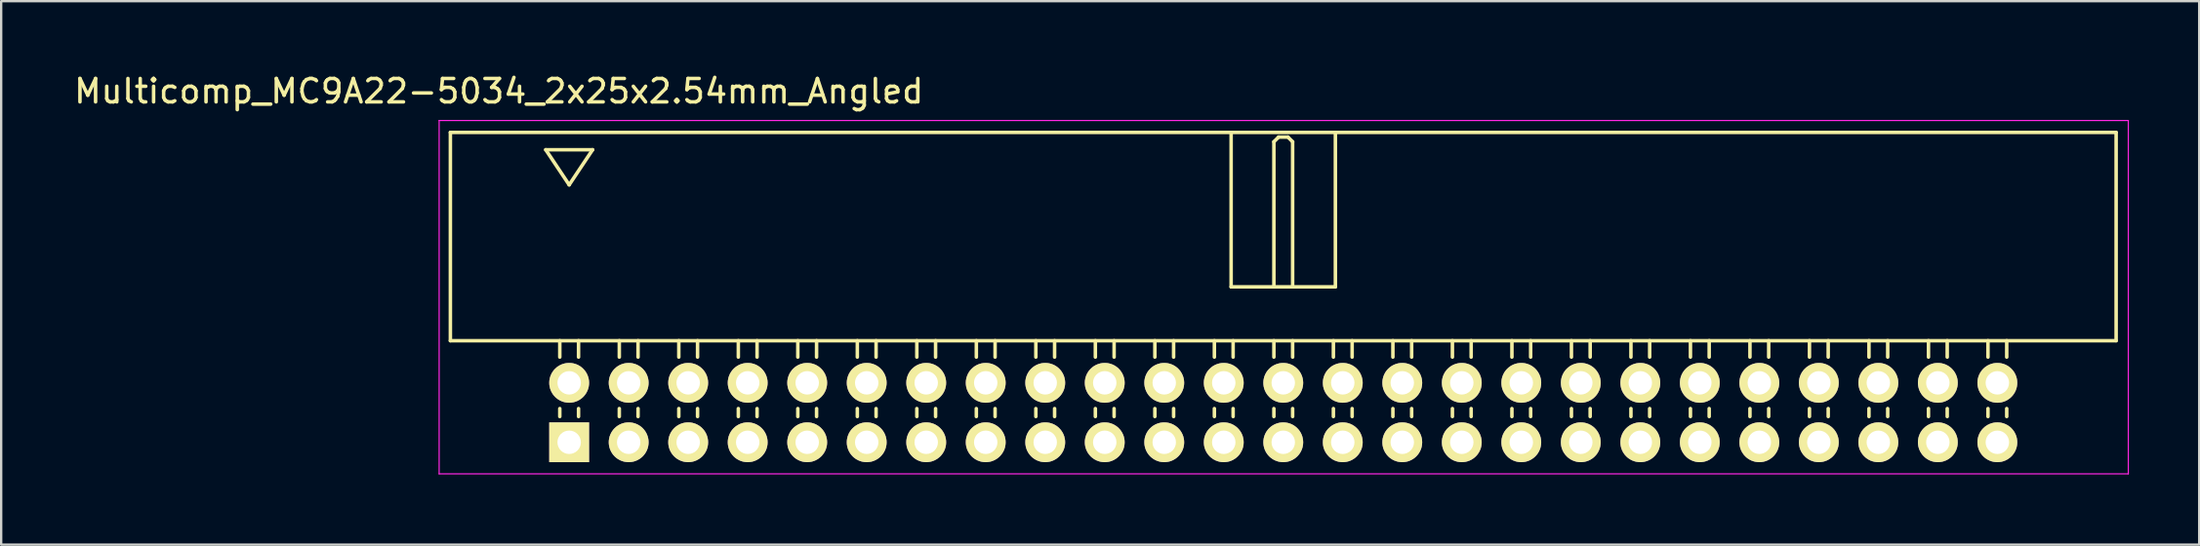
<source format=kicad_pcb>
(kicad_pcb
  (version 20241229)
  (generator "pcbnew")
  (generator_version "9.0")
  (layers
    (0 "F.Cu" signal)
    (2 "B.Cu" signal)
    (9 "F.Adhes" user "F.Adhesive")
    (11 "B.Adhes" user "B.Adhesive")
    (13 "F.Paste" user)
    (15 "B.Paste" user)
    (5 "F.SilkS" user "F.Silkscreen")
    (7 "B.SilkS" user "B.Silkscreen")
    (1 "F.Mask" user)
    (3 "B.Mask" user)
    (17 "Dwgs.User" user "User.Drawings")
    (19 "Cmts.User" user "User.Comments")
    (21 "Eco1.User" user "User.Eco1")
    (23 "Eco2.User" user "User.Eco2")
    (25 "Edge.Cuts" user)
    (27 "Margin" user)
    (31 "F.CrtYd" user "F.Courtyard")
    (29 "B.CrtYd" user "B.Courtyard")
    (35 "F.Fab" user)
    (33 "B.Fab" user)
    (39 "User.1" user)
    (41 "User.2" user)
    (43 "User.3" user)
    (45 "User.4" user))
  (footprint "Multicomp_MC9A22-5034_2x25x2.54mm_Angled"
    (layer "F.Cu")
    (at 21.244 15.848)
    (property "Reference" "Multicomp_MC9A22-5034_2x25x2.54mm_Angled" (at -3 -15 0) (layer "F.SilkS") (effects (font (size 1 1) (thickness 0.15))))
    (attr through_hole)
    (fp_line (start -5.07 -13.24) (end 66.03 -13.24) (stroke (width 0.15) (type solid)) (layer "F.SilkS"))
    (fp_line (start -5.07 -4.34) (end -5.07 -13.24) (stroke (width 0.15) (type solid)) (layer "F.SilkS"))
    (fp_line (start -1 -12.5) (end 1 -12.5) (stroke (width 0.15) (type solid)) (layer "F.SilkS"))
    (fp_line (start -0.4 -3.64) (end -0.4 -4.34) (stroke (width 0.15) (type solid)) (layer "F.SilkS"))
    (fp_line (start -0.4 -1.1) (end -0.4 -1.44) (stroke (width 0.15) (type solid)) (layer "F.SilkS"))
    (fp_line (start 0 -11) (end -1 -12.5) (stroke (width 0.15) (type solid)) (layer "F.SilkS"))
    (fp_line (start 0.4 -3.64) (end 0.4 -4.34) (stroke (width 0.15) (type solid)) (layer "F.SilkS"))
    (fp_line (start 0.4 -1.1) (end 0.4 -1.44) (stroke (width 0.15) (type solid)) (layer "F.SilkS"))
    (fp_line (start 1 -12.5) (end 0 -11) (stroke (width 0.15) (type solid)) (layer "F.SilkS"))
    (fp_line (start 2.14 -3.64) (end 2.14 -4.34) (stroke (width 0.15) (type solid)) (layer "F.SilkS"))
    (fp_line (start 2.14 -1.1) (end 2.14 -1.44) (stroke (width 0.15) (type solid)) (layer "F.SilkS"))
    (fp_line (start 2.94 -3.64) (end 2.94 -4.34) (stroke (width 0.15) (type solid)) (layer "F.SilkS"))
    (fp_line (start 2.94 -1.1) (end 2.94 -1.44) (stroke (width 0.15) (type solid)) (layer "F.SilkS"))
    (fp_line (start 4.68 -3.64) (end 4.68 -4.34) (stroke (width 0.15) (type solid)) (layer "F.SilkS"))
    (fp_line (start 4.68 -1.1) (end 4.68 -1.44) (stroke (width 0.15) (type solid)) (layer "F.SilkS"))
    (fp_line (start 5.48 -3.64) (end 5.48 -4.34) (stroke (width 0.15) (type solid)) (layer "F.SilkS"))
    (fp_line (start 5.48 -1.1) (end 5.48 -1.44) (stroke (width 0.15) (type solid)) (layer "F.SilkS"))
    (fp_line (start 7.22 -3.64) (end 7.22 -4.34) (stroke (width 0.15) (type solid)) (layer "F.SilkS"))
    (fp_line (start 7.22 -1.1) (end 7.22 -1.44) (stroke (width 0.15) (type solid)) (layer "F.SilkS"))
    (fp_line (start 8.02 -3.64) (end 8.02 -4.34) (stroke (width 0.15) (type solid)) (layer "F.SilkS"))
    (fp_line (start 8.02 -1.1) (end 8.02 -1.44) (stroke (width 0.15) (type solid)) (layer "F.SilkS"))
    (fp_line (start 9.76 -3.64) (end 9.76 -4.34) (stroke (width 0.15) (type solid)) (layer "F.SilkS"))
    (fp_line (start 9.76 -1.1) (end 9.76 -1.44) (stroke (width 0.15) (type solid)) (layer "F.SilkS"))
    (fp_line (start 10.56 -3.64) (end 10.56 -4.34) (stroke (width 0.15) (type solid)) (layer "F.SilkS"))
    (fp_line (start 10.56 -1.1) (end 10.56 -1.44) (stroke (width 0.15) (type solid)) (layer "F.SilkS"))
    (fp_line (start 12.3 -3.64) (end 12.3 -4.34) (stroke (width 0.15) (type solid)) (layer "F.SilkS"))
    (fp_line (start 12.3 -1.1) (end 12.3 -1.44) (stroke (width 0.15) (type solid)) (layer "F.SilkS"))
    (fp_line (start 13.1 -3.64) (end 13.1 -4.34) (stroke (width 0.15) (type solid)) (layer "F.SilkS"))
    (fp_line (start 13.1 -1.1) (end 13.1 -1.44) (stroke (width 0.15) (type solid)) (layer "F.SilkS"))
    (fp_line (start 14.84 -3.64) (end 14.84 -4.34) (stroke (width 0.15) (type solid)) (layer "F.SilkS"))
    (fp_line (start 14.84 -1.1) (end 14.84 -1.44) (stroke (width 0.15) (type solid)) (layer "F.SilkS"))
    (fp_line (start 15.64 -3.64) (end 15.64 -4.34) (stroke (width 0.15) (type solid)) (layer "F.SilkS"))
    (fp_line (start 15.64 -1.1) (end 15.64 -1.44) (stroke (width 0.15) (type solid)) (layer "F.SilkS"))
    (fp_line (start 17.38 -3.64) (end 17.38 -4.34) (stroke (width 0.15) (type solid)) (layer "F.SilkS"))
    (fp_line (start 17.38 -1.1) (end 17.38 -1.44) (stroke (width 0.15) (type solid)) (layer "F.SilkS"))
    (fp_line (start 18.18 -3.64) (end 18.18 -4.34) (stroke (width 0.15) (type solid)) (layer "F.SilkS"))
    (fp_line (start 18.18 -1.1) (end 18.18 -1.44) (stroke (width 0.15) (type solid)) (layer "F.SilkS"))
    (fp_line (start 19.92 -3.64) (end 19.92 -4.34) (stroke (width 0.15) (type solid)) (layer "F.SilkS"))
    (fp_line (start 19.92 -1.1) (end 19.92 -1.44) (stroke (width 0.15) (type solid)) (layer "F.SilkS"))
    (fp_line (start 20.72 -3.64) (end 20.72 -4.34) (stroke (width 0.15) (type solid)) (layer "F.SilkS"))
    (fp_line (start 20.72 -1.1) (end 20.72 -1.44) (stroke (width 0.15) (type solid)) (layer "F.SilkS"))
    (fp_line (start 22.46 -3.64) (end 22.46 -4.34) (stroke (width 0.15) (type solid)) (layer "F.SilkS"))
    (fp_line (start 22.46 -1.1) (end 22.46 -1.44) (stroke (width 0.15) (type solid)) (layer "F.SilkS"))
    (fp_line (start 23.26 -3.64) (end 23.26 -4.34) (stroke (width 0.15) (type solid)) (layer "F.SilkS"))
    (fp_line (start 23.26 -1.1) (end 23.26 -1.44) (stroke (width 0.15) (type solid)) (layer "F.SilkS"))
    (fp_line (start 25 -3.64) (end 25 -4.34) (stroke (width 0.15) (type solid)) (layer "F.SilkS"))
    (fp_line (start 25 -1.1) (end 25 -1.44) (stroke (width 0.15) (type solid)) (layer "F.SilkS"))
    (fp_line (start 25.8 -3.64) (end 25.8 -4.34) (stroke (width 0.15) (type solid)) (layer "F.SilkS"))
    (fp_line (start 25.8 -1.1) (end 25.8 -1.44) (stroke (width 0.15) (type solid)) (layer "F.SilkS"))
    (fp_line (start 27.54 -3.64) (end 27.54 -4.34) (stroke (width 0.15) (type solid)) (layer "F.SilkS"))
    (fp_line (start 27.54 -1.1) (end 27.54 -1.44) (stroke (width 0.15) (type solid)) (layer "F.SilkS"))
    (fp_line (start 28.255 -13.24) (end 28.255 -6.64) (stroke (width 0.15) (type solid)) (layer "F.SilkS"))
    (fp_line (start 28.255 -6.64) (end 32.705 -6.64) (stroke (width 0.15) (type solid)) (layer "F.SilkS"))
    (fp_line (start 28.34 -3.64) (end 28.34 -4.34) (stroke (width 0.15) (type solid)) (layer "F.SilkS"))
    (fp_line (start 28.34 -1.1) (end 28.34 -1.44) (stroke (width 0.15) (type solid)) (layer "F.SilkS"))
    (fp_line (start 30.08 -12.84) (end 30.28 -13.04) (stroke (width 0.15) (type solid)) (layer "F.SilkS"))
    (fp_line (start 30.08 -6.64) (end 30.08 -12.84) (stroke (width 0.15) (type solid)) (layer "F.SilkS"))
    (fp_line (start 30.08 -3.64) (end 30.08 -4.34) (stroke (width 0.15) (type solid)) (layer "F.SilkS"))
    (fp_line (start 30.08 -1.1) (end 30.08 -1.44) (stroke (width 0.15) (type solid)) (layer "F.SilkS"))
    (fp_line (start 30.28 -13.04) (end 30.68 -13.04) (stroke (width 0.15) (type solid)) (layer "F.SilkS"))
    (fp_line (start 30.68 -13.04) (end 30.88 -12.84) (stroke (width 0.15) (type solid)) (layer "F.SilkS"))
    (fp_line (start 30.88 -12.84) (end 30.88 -6.64) (stroke (width 0.15) (type solid)) (layer "F.SilkS"))
    (fp_line (start 30.88 -3.64) (end 30.88 -4.34) (stroke (width 0.15) (type solid)) (layer "F.SilkS"))
    (fp_line (start 30.88 -1.1) (end 30.88 -1.44) (stroke (width 0.15) (type solid)) (layer "F.SilkS"))
    (fp_line (start 32.62 -3.64) (end 32.62 -4.34) (stroke (width 0.15) (type solid)) (layer "F.SilkS"))
    (fp_line (start 32.62 -1.1) (end 32.62 -1.44) (stroke (width 0.15) (type solid)) (layer "F.SilkS"))
    (fp_line (start 32.705 -6.64) (end 32.705 -13.24) (stroke (width 0.15) (type solid)) (layer "F.SilkS"))
    (fp_line (start 33.42 -3.64) (end 33.42 -4.34) (stroke (width 0.15) (type solid)) (layer "F.SilkS"))
    (fp_line (start 33.42 -1.1) (end 33.42 -1.44) (stroke (width 0.15) (type solid)) (layer "F.SilkS"))
    (fp_line (start 35.16 -3.64) (end 35.16 -4.34) (stroke (width 0.15) (type solid)) (layer "F.SilkS"))
    (fp_line (start 35.16 -1.1) (end 35.16 -1.44) (stroke (width 0.15) (type solid)) (layer "F.SilkS"))
    (fp_line (start 35.96 -3.64) (end 35.96 -4.34) (stroke (width 0.15) (type solid)) (layer "F.SilkS"))
    (fp_line (start 35.96 -1.1) (end 35.96 -1.44) (stroke (width 0.15) (type solid)) (layer "F.SilkS"))
    (fp_line (start 37.7 -3.64) (end 37.7 -4.34) (stroke (width 0.15) (type solid)) (layer "F.SilkS"))
    (fp_line (start 37.7 -1.1) (end 37.7 -1.44) (stroke (width 0.15) (type solid)) (layer "F.SilkS"))
    (fp_line (start 38.5 -3.64) (end 38.5 -4.34) (stroke (width 0.15) (type solid)) (layer "F.SilkS"))
    (fp_line (start 38.5 -1.1) (end 38.5 -1.44) (stroke (width 0.15) (type solid)) (layer "F.SilkS"))
    (fp_line (start 40.24 -3.64) (end 40.24 -4.34) (stroke (width 0.15) (type solid)) (layer "F.SilkS"))
    (fp_line (start 40.24 -1.1) (end 40.24 -1.44) (stroke (width 0.15) (type solid)) (layer "F.SilkS"))
    (fp_line (start 41.04 -3.64) (end 41.04 -4.34) (stroke (width 0.15) (type solid)) (layer "F.SilkS"))
    (fp_line (start 41.04 -1.1) (end 41.04 -1.44) (stroke (width 0.15) (type solid)) (layer "F.SilkS"))
    (fp_line (start 42.78 -3.64) (end 42.78 -4.34) (stroke (width 0.15) (type solid)) (layer "F.SilkS"))
    (fp_line (start 42.78 -1.1) (end 42.78 -1.44) (stroke (width 0.15) (type solid)) (layer "F.SilkS"))
    (fp_line (start 43.58 -3.64) (end 43.58 -4.34) (stroke (width 0.15) (type solid)) (layer "F.SilkS"))
    (fp_line (start 43.58 -1.1) (end 43.58 -1.44) (stroke (width 0.15) (type solid)) (layer "F.SilkS"))
    (fp_line (start 45.32 -3.64) (end 45.32 -4.34) (stroke (width 0.15) (type solid)) (layer "F.SilkS"))
    (fp_line (start 45.32 -1.1) (end 45.32 -1.44) (stroke (width 0.15) (type solid)) (layer "F.SilkS"))
    (fp_line (start 46.12 -3.64) (end 46.12 -4.34) (stroke (width 0.15) (type solid)) (layer "F.SilkS"))
    (fp_line (start 46.12 -1.1) (end 46.12 -1.44) (stroke (width 0.15) (type solid)) (layer "F.SilkS"))
    (fp_line (start 47.86 -3.64) (end 47.86 -4.34) (stroke (width 0.15) (type solid)) (layer "F.SilkS"))
    (fp_line (start 47.86 -1.1) (end 47.86 -1.44) (stroke (width 0.15) (type solid)) (layer "F.SilkS"))
    (fp_line (start 48.66 -3.64) (end 48.66 -4.34) (stroke (width 0.15) (type solid)) (layer "F.SilkS"))
    (fp_line (start 48.66 -1.1) (end 48.66 -1.44) (stroke (width 0.15) (type solid)) (layer "F.SilkS"))
    (fp_line (start 50.4 -3.64) (end 50.4 -4.34) (stroke (width 0.15) (type solid)) (layer "F.SilkS"))
    (fp_line (start 50.4 -1.1) (end 50.4 -1.44) (stroke (width 0.15) (type solid)) (layer "F.SilkS"))
    (fp_line (start 51.2 -3.64) (end 51.2 -4.34) (stroke (width 0.15) (type solid)) (layer "F.SilkS"))
    (fp_line (start 51.2 -1.1) (end 51.2 -1.44) (stroke (width 0.15) (type solid)) (layer "F.SilkS"))
    (fp_line (start 52.94 -3.64) (end 52.94 -4.34) (stroke (width 0.15) (type solid)) (layer "F.SilkS"))
    (fp_line (start 52.94 -1.1) (end 52.94 -1.44) (stroke (width 0.15) (type solid)) (layer "F.SilkS"))
    (fp_line (start 53.74 -3.64) (end 53.74 -4.34) (stroke (width 0.15) (type solid)) (layer "F.SilkS"))
    (fp_line (start 53.74 -1.1) (end 53.74 -1.44) (stroke (width 0.15) (type solid)) (layer "F.SilkS"))
    (fp_line (start 55.48 -3.64) (end 55.48 -4.34) (stroke (width 0.15) (type solid)) (layer "F.SilkS"))
    (fp_line (start 55.48 -1.1) (end 55.48 -1.44) (stroke (width 0.15) (type solid)) (layer "F.SilkS"))
    (fp_line (start 56.28 -3.64) (end 56.28 -4.34) (stroke (width 0.15) (type solid)) (layer "F.SilkS"))
    (fp_line (start 56.28 -1.1) (end 56.28 -1.44) (stroke (width 0.15) (type solid)) (layer "F.SilkS"))
    (fp_line (start 58.02 -3.64) (end 58.02 -4.34) (stroke (width 0.15) (type solid)) (layer "F.SilkS"))
    (fp_line (start 58.02 -1.1) (end 58.02 -1.44) (stroke (width 0.15) (type solid)) (layer "F.SilkS"))
    (fp_line (start 58.82 -3.64) (end 58.82 -4.34) (stroke (width 0.15) (type solid)) (layer "F.SilkS"))
    (fp_line (start 58.82 -1.1) (end 58.82 -1.44) (stroke (width 0.15) (type solid)) (layer "F.SilkS"))
    (fp_line (start 60.56 -3.64) (end 60.56 -4.34) (stroke (width 0.15) (type solid)) (layer "F.SilkS"))
    (fp_line (start 60.56 -1.1) (end 60.56 -1.44) (stroke (width 0.15) (type solid)) (layer "F.SilkS"))
    (fp_line (start 61.36 -3.64) (end 61.36 -4.34) (stroke (width 0.15) (type solid)) (layer "F.SilkS"))
    (fp_line (start 61.36 -1.1) (end 61.36 -1.44) (stroke (width 0.15) (type solid)) (layer "F.SilkS"))
    (fp_line (start 66.03 -13.24) (end 66.03 -4.34) (stroke (width 0.15) (type solid)) (layer "F.SilkS"))
    (fp_line (start 66.03 -4.34) (end -5.07 -4.34) (stroke (width 0.15) (type solid)) (layer "F.SilkS"))
    (fp_line (start -5.55 -13.75) (end 66.55 -13.75) (stroke (width 0.05) (type solid)) (layer "F.CrtYd"))
    (fp_line (start -5.55 1.35) (end -5.55 -13.75) (stroke (width 0.05) (type solid)) (layer "F.CrtYd"))
    (fp_line (start 66.55 -13.75) (end 66.55 1.35) (stroke (width 0.05) (type solid)) (layer "F.CrtYd"))
    (fp_line (start 66.55 1.35) (end -5.55 1.35) (stroke (width 0.05) (type solid)) (layer "F.CrtYd"))
    (pad "1" thru_hole rect (at 0 0) (size 1.7 1.7) (drill 1) (layers "*.Cu" "*.Mask" "F.SilkS"))
    (pad "2" thru_hole circle (at 0 -2.54) (size 1.7 1.7) (drill 1) (layers "*.Cu" "*.Mask" "F.SilkS"))
    (pad "3" thru_hole circle (at 2.54 0) (size 1.7 1.7) (drill 1) (layers "*.Cu" "*.Mask" "F.SilkS"))
    (pad "4" thru_hole circle (at 2.54 -2.54) (size 1.7 1.7) (drill 1) (layers "*.Cu" "*.Mask" "F.SilkS"))
    (pad "5" thru_hole circle (at 5.08 0) (size 1.7 1.7) (drill 1) (layers "*.Cu" "*.Mask" "F.SilkS"))
    (pad "6" thru_hole circle (at 5.08 -2.54) (size 1.7 1.7) (drill 1) (layers "*.Cu" "*.Mask" "F.SilkS"))
    (pad "7" thru_hole circle (at 7.62 0) (size 1.7 1.7) (drill 1) (layers "*.Cu" "*.Mask" "F.SilkS"))
    (pad "8" thru_hole circle (at 7.62 -2.54) (size 1.7 1.7) (drill 1) (layers "*.Cu" "*.Mask" "F.SilkS"))
    (pad "9" thru_hole circle (at 10.16 0) (size 1.7 1.7) (drill 1) (layers "*.Cu" "*.Mask" "F.SilkS"))
    (pad "10" thru_hole circle (at 10.16 -2.54) (size 1.7 1.7) (drill 1) (layers "*.Cu" "*.Mask" "F.SilkS"))
    (pad "11" thru_hole circle (at 12.7 0) (size 1.7 1.7) (drill 1) (layers "*.Cu" "*.Mask" "F.SilkS"))
    (pad "12" thru_hole circle (at 12.7 -2.54) (size 1.7 1.7) (drill 1) (layers "*.Cu" "*.Mask" "F.SilkS"))
    (pad "13" thru_hole circle (at 15.24 0) (size 1.7 1.7) (drill 1) (layers "*.Cu" "*.Mask" "F.SilkS"))
    (pad "14" thru_hole circle (at 15.24 -2.54) (size 1.7 1.7) (drill 1) (layers "*.Cu" "*.Mask" "F.SilkS"))
    (pad "15" thru_hole circle (at 17.78 0) (size 1.7 1.7) (drill 1) (layers "*.Cu" "*.Mask" "F.SilkS"))
    (pad "16" thru_hole circle (at 17.78 -2.54) (size 1.7 1.7) (drill 1) (layers "*.Cu" "*.Mask" "F.SilkS"))
    (pad "17" thru_hole circle (at 20.32 0) (size 1.7 1.7) (drill 1) (layers "*.Cu" "*.Mask" "F.SilkS"))
    (pad "18" thru_hole circle (at 20.32 -2.54) (size 1.7 1.7) (drill 1) (layers "*.Cu" "*.Mask" "F.SilkS"))
    (pad "19" thru_hole circle (at 22.86 0) (size 1.7 1.7) (drill 1) (layers "*.Cu" "*.Mask" "F.SilkS"))
    (pad "20" thru_hole circle (at 22.86 -2.54) (size 1.7 1.7) (drill 1) (layers "*.Cu" "*.Mask" "F.SilkS"))
    (pad "21" thru_hole circle (at 25.4 0) (size 1.7 1.7) (drill 1) (layers "*.Cu" "*.Mask" "F.SilkS"))
    (pad "22" thru_hole circle (at 25.4 -2.54) (size 1.7 1.7) (drill 1) (layers "*.Cu" "*.Mask" "F.SilkS"))
    (pad "23" thru_hole circle (at 27.94 0) (size 1.7 1.7) (drill 1) (layers "*.Cu" "*.Mask" "F.SilkS"))
    (pad "24" thru_hole circle (at 27.94 -2.54) (size 1.7 1.7) (drill 1) (layers "*.Cu" "*.Mask" "F.SilkS"))
    (pad "25" thru_hole circle (at 30.48 0) (size 1.7 1.7) (drill 1) (layers "*.Cu" "*.Mask" "F.SilkS"))
    (pad "26" thru_hole circle (at 30.48 -2.54) (size 1.7 1.7) (drill 1) (layers "*.Cu" "*.Mask" "F.SilkS"))
    (pad "27" thru_hole circle (at 33.02 0) (size 1.7 1.7) (drill 1) (layers "*.Cu" "*.Mask" "F.SilkS"))
    (pad "28" thru_hole circle (at 33.02 -2.54) (size 1.7 1.7) (drill 1) (layers "*.Cu" "*.Mask" "F.SilkS"))
    (pad "29" thru_hole circle (at 35.56 0) (size 1.7 1.7) (drill 1) (layers "*.Cu" "*.Mask" "F.SilkS"))
    (pad "30" thru_hole circle (at 35.56 -2.54) (size 1.7 1.7) (drill 1) (layers "*.Cu" "*.Mask" "F.SilkS"))
    (pad "31" thru_hole circle (at 38.1 0) (size 1.7 1.7) (drill 1) (layers "*.Cu" "*.Mask" "F.SilkS"))
    (pad "32" thru_hole circle (at 38.1 -2.54) (size 1.7 1.7) (drill 1) (layers "*.Cu" "*.Mask" "F.SilkS"))
    (pad "33" thru_hole circle (at 40.64 0) (size 1.7 1.7) (drill 1) (layers "*.Cu" "*.Mask" "F.SilkS"))
    (pad "34" thru_hole circle (at 40.64 -2.54) (size 1.7 1.7) (drill 1) (layers "*.Cu" "*.Mask" "F.SilkS"))
    (pad "35" thru_hole circle (at 43.18 0) (size 1.7 1.7) (drill 1) (layers "*.Cu" "*.Mask" "F.SilkS"))
    (pad "36" thru_hole circle (at 43.18 -2.54) (size 1.7 1.7) (drill 1) (layers "*.Cu" "*.Mask" "F.SilkS"))
    (pad "37" thru_hole circle (at 45.72 0) (size 1.7 1.7) (drill 1) (layers "*.Cu" "*.Mask" "F.SilkS"))
    (pad "38" thru_hole circle (at 45.72 -2.54) (size 1.7 1.7) (drill 1) (layers "*.Cu" "*.Mask" "F.SilkS"))
    (pad "39" thru_hole circle (at 48.26 0) (size 1.7 1.7) (drill 1) (layers "*.Cu" "*.Mask" "F.SilkS"))
    (pad "40" thru_hole circle (at 48.26 -2.54) (size 1.7 1.7) (drill 1) (layers "*.Cu" "*.Mask" "F.SilkS"))
    (pad "41" thru_hole circle (at 50.8 0) (size 1.7 1.7) (drill 1) (layers "*.Cu" "*.Mask" "F.SilkS"))
    (pad "42" thru_hole circle (at 50.8 -2.54) (size 1.7 1.7) (drill 1) (layers "*.Cu" "*.Mask" "F.SilkS"))
    (pad "43" thru_hole circle (at 53.34 0) (size 1.7 1.7) (drill 1) (layers "*.Cu" "*.Mask" "F.SilkS"))
    (pad "44" thru_hole circle (at 53.34 -2.54) (size 1.7 1.7) (drill 1) (layers "*.Cu" "*.Mask" "F.SilkS"))
    (pad "45" thru_hole circle (at 55.88 0) (size 1.7 1.7) (drill 1) (layers "*.Cu" "*.Mask" "F.SilkS"))
    (pad "46" thru_hole circle (at 55.88 -2.54) (size 1.7 1.7) (drill 1) (layers "*.Cu" "*.Mask" "F.SilkS"))
    (pad "47" thru_hole circle (at 58.42 0) (size 1.7 1.7) (drill 1) (layers "*.Cu" "*.Mask" "F.SilkS"))
    (pad "48" thru_hole circle (at 58.42 -2.54) (size 1.7 1.7) (drill 1) (layers "*.Cu" "*.Mask" "F.SilkS"))
    (pad "49" thru_hole circle (at 60.96 0) (size 1.7 1.7) (drill 1) (layers "*.Cu" "*.Mask" "F.SilkS"))
    (pad "50" thru_hole circle (at 60.96 -2.54) (size 1.7 1.7) (drill 1) (layers "*.Cu" "*.Mask" "F.SilkS")))
  (gr_rect
    (start -3 -3)
    (end 90.819 20.223)
    (stroke (width 0.1) (type default))
    (fill no)
    (layer "Edge.Cuts")))
</source>
